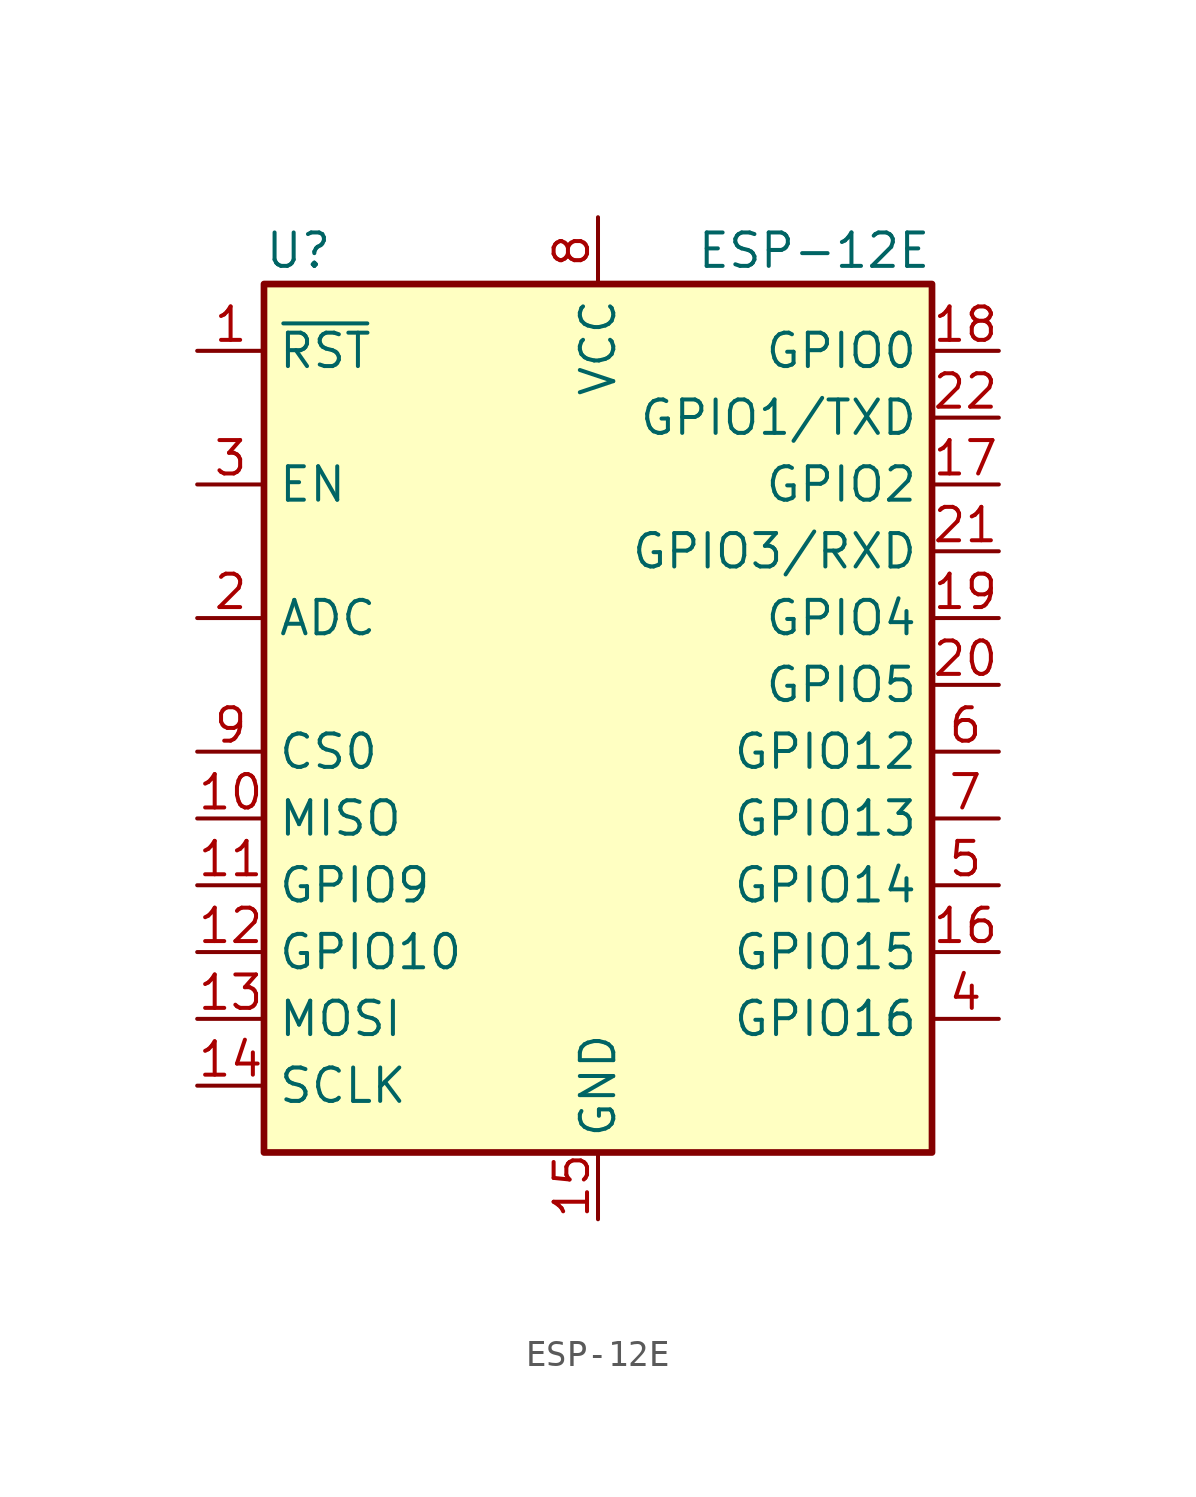
<source format=kicad_sym>
(kicad_symbol_lib
  (version 20220914)
  (generator kicad_symbol_editor)
  (symbol "ESP-12E"
    (property "Reference" "U"
      (at -12.7 19.05 0)
      (effects (font (size 1.27 1.27)) (justify left)))
    (property "Value" "ESP-12E"
      (at 12.7 19.05 0)
      (effects (font (size 1.27 1.27)) (justify right)))
    (symbol "ESP-12E_0_1"
      (rectangle (start -12.7 17.78) (end 12.7 -15.24) (stroke (width 0.254) (type default)) (fill (type background))))
    (symbol "ESP-12E_1_1"
      (pin input line (at -15.24 15.24 0) (length 2.54) (name "~{RST}" (effects (font (size 1.27 1.27)))) (number "1" (effects (font (size 1.27 1.27)))))
      (pin bidirectional line (at -15.24 -2.54 0) (length 2.54) (name "MISO" (effects (font (size 1.27 1.27)))) (number "10" (effects (font (size 1.27 1.27)))))
      (pin bidirectional line (at -15.24 -5.08 0) (length 2.54) (name "GPIO9" (effects (font (size 1.27 1.27)))) (number "11" (effects (font (size 1.27 1.27)))))
      (pin bidirectional line (at -15.24 -7.62 0) (length 2.54) (name "GPIO10" (effects (font (size 1.27 1.27)))) (number "12" (effects (font (size 1.27 1.27)))))
      (pin bidirectional line (at -15.24 -10.16 0) (length 2.54) (name "MOSI" (effects (font (size 1.27 1.27)))) (number "13" (effects (font (size 1.27 1.27)))))
      (pin bidirectional line (at -15.24 -12.7 0) (length 2.54) (name "SCLK" (effects (font (size 1.27 1.27)))) (number "14" (effects (font (size 1.27 1.27)))))
      (pin power_in line (at 0 -17.78 90) (length 2.54) (name "GND" (effects (font (size 1.27 1.27)))) (number "15" (effects (font (size 1.27 1.27)))))
      (pin bidirectional line (at 15.24 -7.62 180) (length 2.54) (name "GPIO15" (effects (font (size 1.27 1.27)))) (number "16" (effects (font (size 1.27 1.27)))))
      (pin bidirectional line (at 15.24 10.16 180) (length 2.54) (name "GPIO2" (effects (font (size 1.27 1.27)))) (number "17" (effects (font (size 1.27 1.27)))))
      (pin bidirectional line (at 15.24 15.24 180) (length 2.54) (name "GPIO0" (effects (font (size 1.27 1.27)))) (number "18" (effects (font (size 1.27 1.27)))))
      (pin bidirectional line (at 15.24 5.08 180) (length 2.54) (name "GPIO4" (effects (font (size 1.27 1.27)))) (number "19" (effects (font (size 1.27 1.27)))))
      (pin input line (at -15.24 5.08 0) (length 2.54) (name "ADC" (effects (font (size 1.27 1.27)))) (number "2" (effects (font (size 1.27 1.27)))))
      (pin bidirectional line (at 15.24 2.54 180) (length 2.54) (name "GPIO5" (effects (font (size 1.27 1.27)))) (number "20" (effects (font (size 1.27 1.27)))))
      (pin bidirectional line (at 15.24 7.62 180) (length 2.54) (name "GPIO3/RXD" (effects (font (size 1.27 1.27)))) (number "21" (effects (font (size 1.27 1.27)))))
      (pin bidirectional line (at 15.24 12.7 180) (length 2.54) (name "GPIO1/TXD" (effects (font (size 1.27 1.27)))) (number "22" (effects (font (size 1.27 1.27)))))
      (pin input line (at -15.24 10.16 0) (length 2.54) (name "EN" (effects (font (size 1.27 1.27)))) (number "3" (effects (font (size 1.27 1.27)))))
      (pin bidirectional line (at 15.24 -10.16 180) (length 2.54) (name "GPIO16" (effects (font (size 1.27 1.27)))) (number "4" (effects (font (size 1.27 1.27)))))
      (pin bidirectional line (at 15.24 -5.08 180) (length 2.54) (name "GPIO14" (effects (font (size 1.27 1.27)))) (number "5" (effects (font (size 1.27 1.27)))))
      (pin bidirectional line (at 15.24 0 180) (length 2.54) (name "GPIO12" (effects (font (size 1.27 1.27)))) (number "6" (effects (font (size 1.27 1.27)))))
      (pin bidirectional line (at 15.24 -2.54 180) (length 2.54) (name "GPIO13" (effects (font (size 1.27 1.27)))) (number "7" (effects (font (size 1.27 1.27)))))
      (pin power_in line (at 0 20.32 270) (length 2.54) (name "VCC" (effects (font (size 1.27 1.27)))) (number "8" (effects (font (size 1.27 1.27)))))
      (pin input line (at -15.24 0 0) (length 2.54) (name "CS0" (effects (font (size 1.27 1.27)))) (number "9" (effects (font (size 1.27 1.27))))))))
</source>
